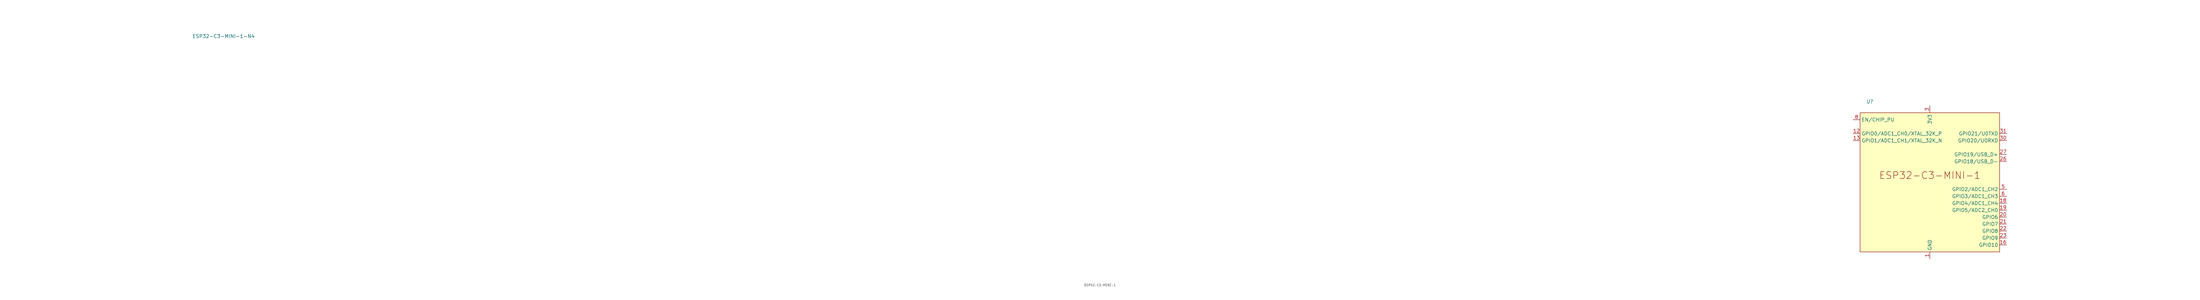
<source format=kicad_sym>
(kicad_symbol_lib
  (version 20241209)
  (generator "kicad_symbol_editor")
  (generator_version "9.0")
  (symbol "ESP32-C3-MINI-1"
    (property "Reference" "U"
      (at -21.844 29.464 0)
      (effects (font (size 1.27 1.27))))
    (property "Value" "ESP32-C3-MINI-1-N4"
      (at -621.03 53.34 0)
      (effects (font (size 1.27 1.27))))
    (symbol "ESP32-C3-MINI-1_0_0"
      (text "ESP32-C3-MINI-1" (at 0 2.54 0) (effects (font (size 2.54 2.54)))))
    (symbol "ESP32-C3-MINI-1_0_1"
      (rectangle (start -25.4 25.4) (end 25.4 -25.4) (stroke (width 0) (type default)) (fill (type background))))
    (symbol "ESP32-C3-MINI-1_1_1"
      (pin input line (at -27.94 22.86 0) (length 2.54) (name "EN/CHIP_PU" (effects (font (size 1.27 1.27)))) (number "8" (effects (font (size 1.27 1.27)))))
      (pin bidirectional line (at -27.94 17.78 0) (length 2.54) (name "GPIO0/ADC1_CH0/XTAL_32K_P" (effects (font (size 1.27 1.27)))) (number "12" (effects (font (size 1.27 1.27)))))
      (pin bidirectional line (at -27.94 15.24 0) (length 2.54) (name "GPIO1/ADC1_CH1/XTAL_32K_N" (effects (font (size 1.27 1.27)))) (number "13" (effects (font (size 1.27 1.27)))))
      (pin no_connect line (at -25.4 10.16 0) (length 2.54) (hide yes) (name "NC" (effects (font (size 1.27 1.27)))) (number "4" (effects (font (size 1.27 1.27)))))
      (pin no_connect line (at -25.4 7.62 0) (length 2.54) (hide yes) (name "NC" (effects (font (size 1.27 1.27)))) (number "7" (effects (font (size 1.27 1.27)))))
      (pin no_connect line (at -25.4 5.08 0) (length 2.54) (hide yes) (name "NC" (effects (font (size 1.27 1.27)))) (number "9" (effects (font (size 1.27 1.27)))))
      (pin no_connect line (at -25.4 2.54 0) (length 2.54) (hide yes) (name "NC" (effects (font (size 1.27 1.27)))) (number "10" (effects (font (size 1.27 1.27)))))
      (pin no_connect line (at -25.4 0 0) (length 2.54) (hide yes) (name "NC" (effects (font (size 1.27 1.27)))) (number "15" (effects (font (size 1.27 1.27)))))
      (pin no_connect line (at -25.4 -2.54 0) (length 2.54) (hide yes) (name "NC" (effects (font (size 1.27 1.27)))) (number "17" (effects (font (size 1.27 1.27)))))
      (pin no_connect line (at -25.4 -5.08 0) (length 2.54) (hide yes) (name "NC" (effects (font (size 1.27 1.27)))) (number "24" (effects (font (size 1.27 1.27)))))
      (pin no_connect line (at -25.4 -7.62 0) (length 2.54) (hide yes) (name "NC" (effects (font (size 1.27 1.27)))) (number "25" (effects (font (size 1.27 1.27)))))
      (pin no_connect line (at -25.4 -10.16 0) (length 2.54) (hide yes) (name "NC" (effects (font (size 1.27 1.27)))) (number "28" (effects (font (size 1.27 1.27)))))
      (pin no_connect line (at -25.4 -12.7 0) (length 2.54) (hide yes) (name "NC" (effects (font (size 1.27 1.27)))) (number "29" (effects (font (size 1.27 1.27)))))
      (pin no_connect line (at -25.4 -15.24 0) (length 2.54) (hide yes) (name "NC" (effects (font (size 1.27 1.27)))) (number "32" (effects (font (size 1.27 1.27)))))
      (pin no_connect line (at -25.4 -17.78 0) (length 2.54) (hide yes) (name "NC" (effects (font (size 1.27 1.27)))) (number "33" (effects (font (size 1.27 1.27)))))
      (pin no_connect line (at -25.4 -20.32 0) (length 2.54) (hide yes) (name "NC" (effects (font (size 1.27 1.27)))) (number "34" (effects (font (size 1.27 1.27)))))
      (pin no_connect line (at -25.4 -22.86 0) (length 2.54) (hide yes) (name "NC" (effects (font (size 1.27 1.27)))) (number "35" (effects (font (size 1.27 1.27)))))
      (pin power_in line (at 0 27.94 270) (length 2.54) (name "3V3" (effects (font (size 1.27 1.27)))) (number "3" (effects (font (size 1.27 1.27)))))
      (pin power_in line (at 0 -27.94 90) (length 2.54) (name "GND" (effects (font (size 1.27 1.27)))) (number "1" (effects (font (size 1.27 1.27)))))
      (pin passive line (at 0 -27.94 90) (length 2.54) (hide yes) (name "GND" (effects (font (size 1.27 1.27)))) (number "11" (effects (font (size 1.27 1.27)))))
      (pin passive line (at 0 -27.94 90) (length 2.54) (hide yes) (name "GND" (effects (font (size 1.27 1.27)))) (number "14" (effects (font (size 1.27 1.27)))))
      (pin passive line (at 0 -27.94 90) (length 2.54) (hide yes) (name "GND" (effects (font (size 1.27 1.27)))) (number "2" (effects (font (size 1.27 1.27)))))
      (pin passive line (at 0 -27.94 90) (length 2.54) (hide yes) (name "GND" (effects (font (size 1.27 1.27)))) (number "36" (effects (font (size 1.27 1.27)))))
      (pin passive line (at 0 -27.94 90) (length 2.54) (hide yes) (name "GND" (effects (font (size 1.27 1.27)))) (number "37" (effects (font (size 1.27 1.27)))))
      (pin passive line (at 0 -27.94 90) (length 2.54) (hide yes) (name "GND" (effects (font (size 1.27 1.27)))) (number "38" (effects (font (size 1.27 1.27)))))
      (pin passive line (at 0 -27.94 90) (length 2.54) (hide yes) (name "GND" (effects (font (size 1.27 1.27)))) (number "39" (effects (font (size 1.27 1.27)))))
      (pin passive line (at 0 -27.94 90) (length 2.54) (hide yes) (name "GND" (effects (font (size 1.27 1.27)))) (number "40" (effects (font (size 1.27 1.27)))))
      (pin passive line (at 0 -27.94 90) (length 2.54) (hide yes) (name "GND" (effects (font (size 1.27 1.27)))) (number "41" (effects (font (size 1.27 1.27)))))
      (pin passive line (at 0 -27.94 90) (length 2.54) (hide yes) (name "GND" (effects (font (size 1.27 1.27)))) (number "42" (effects (font (size 1.27 1.27)))))
      (pin passive line (at 0 -27.94 90) (length 2.54) (hide yes) (name "GND" (effects (font (size 1.27 1.27)))) (number "43" (effects (font (size 1.27 1.27)))))
      (pin passive line (at 0 -27.94 90) (length 2.54) (hide yes) (name "GND" (effects (font (size 1.27 1.27)))) (number "44" (effects (font (size 1.27 1.27)))))
      (pin passive line (at 0 -27.94 90) (length 2.54) (hide yes) (name "GND" (effects (font (size 1.27 1.27)))) (number "45" (effects (font (size 1.27 1.27)))))
      (pin passive line (at 0 -27.94 90) (length 2.54) (hide yes) (name "GND" (effects (font (size 1.27 1.27)))) (number "46" (effects (font (size 1.27 1.27)))))
      (pin passive line (at 0 -27.94 90) (length 2.54) (hide yes) (name "GND" (effects (font (size 1.27 1.27)))) (number "47" (effects (font (size 1.27 1.27)))))
      (pin passive line (at 0 -27.94 90) (length 2.54) (hide yes) (name "GND" (effects (font (size 1.27 1.27)))) (number "48" (effects (font (size 1.27 1.27)))))
      (pin passive line (at 0 -27.94 90) (length 2.54) (hide yes) (name "GND" (effects (font (size 1.27 1.27)))) (number "49" (effects (font (size 1.27 1.27)))))
      (pin passive line (at 0 -27.94 90) (length 2.54) (hide yes) (name "GND" (effects (font (size 1.27 1.27)))) (number "50" (effects (font (size 1.27 1.27)))))
      (pin passive line (at 0 -27.94 90) (length 2.54) (hide yes) (name "GND" (effects (font (size 1.27 1.27)))) (number "51" (effects (font (size 1.27 1.27)))))
      (pin passive line (at 0 -27.94 90) (length 2.54) (hide yes) (name "GND" (effects (font (size 1.27 1.27)))) (number "52" (effects (font (size 1.27 1.27)))))
      (pin passive line (at 0 -27.94 90) (length 2.54) (hide yes) (name "GND" (effects (font (size 1.27 1.27)))) (number "53" (effects (font (size 1.27 1.27)))))
      (pin bidirectional line (at 27.94 17.78 180) (length 2.54) (name "GPIO21/U0TXD" (effects (font (size 1.27 1.27)))) (number "31" (effects (font (size 1.27 1.27)))))
      (pin bidirectional line (at 27.94 15.24 180) (length 2.54) (name "GPIO20/U0RXD" (effects (font (size 1.27 1.27)))) (number "30" (effects (font (size 1.27 1.27)))))
      (pin bidirectional line (at 27.94 10.16 180) (length 2.54) (name "GPIO19/USB_D+" (effects (font (size 1.27 1.27)))) (number "27" (effects (font (size 1.27 1.27)))))
      (pin bidirectional line (at 27.94 7.62 180) (length 2.54) (name "GPIO18/USB_D-" (effects (font (size 1.27 1.27)))) (number "26" (effects (font (size 1.27 1.27)))))
      (pin bidirectional line (at 27.94 -2.54 180) (length 2.54) (name "GPIO2/ADC1_CH2" (effects (font (size 1.27 1.27)))) (number "5" (effects (font (size 1.27 1.27)))))
      (pin bidirectional line (at 27.94 -5.08 180) (length 2.54) (name "GPIO3/ADC1_CH3" (effects (font (size 1.27 1.27)))) (number "6" (effects (font (size 1.27 1.27)))))
      (pin bidirectional line (at 27.94 -7.62 180) (length 2.54) (name "GPIO4/ADC1_CH4" (effects (font (size 1.27 1.27)))) (number "18" (effects (font (size 1.27 1.27)))))
      (pin bidirectional line (at 27.94 -10.16 180) (length 2.54) (name "GPIO5/ADC2_CH0" (effects (font (size 1.27 1.27)))) (number "19" (effects (font (size 1.27 1.27)))))
      (pin bidirectional line (at 27.94 -12.7 180) (length 2.54) (name "GPIO6" (effects (font (size 1.27 1.27)))) (number "20" (effects (font (size 1.27 1.27)))))
      (pin bidirectional line (at 27.94 -15.24 180) (length 2.54) (name "GPIO7" (effects (font (size 1.27 1.27)))) (number "21" (effects (font (size 1.27 1.27)))))
      (pin bidirectional line (at 27.94 -17.78 180) (length 2.54) (name "GPIO8" (effects (font (size 1.27 1.27)))) (number "22" (effects (font (size 1.27 1.27)))))
      (pin bidirectional line (at 27.94 -20.32 180) (length 2.54) (name "GPIO9" (effects (font (size 1.27 1.27)))) (number "23" (effects (font (size 1.27 1.27)))))
      (pin bidirectional line (at 27.94 -22.86 180) (length 2.54) (name "GPIO10" (effects (font (size 1.27 1.27)))) (number "16" (effects (font (size 1.27 1.27))))))))
</source>
